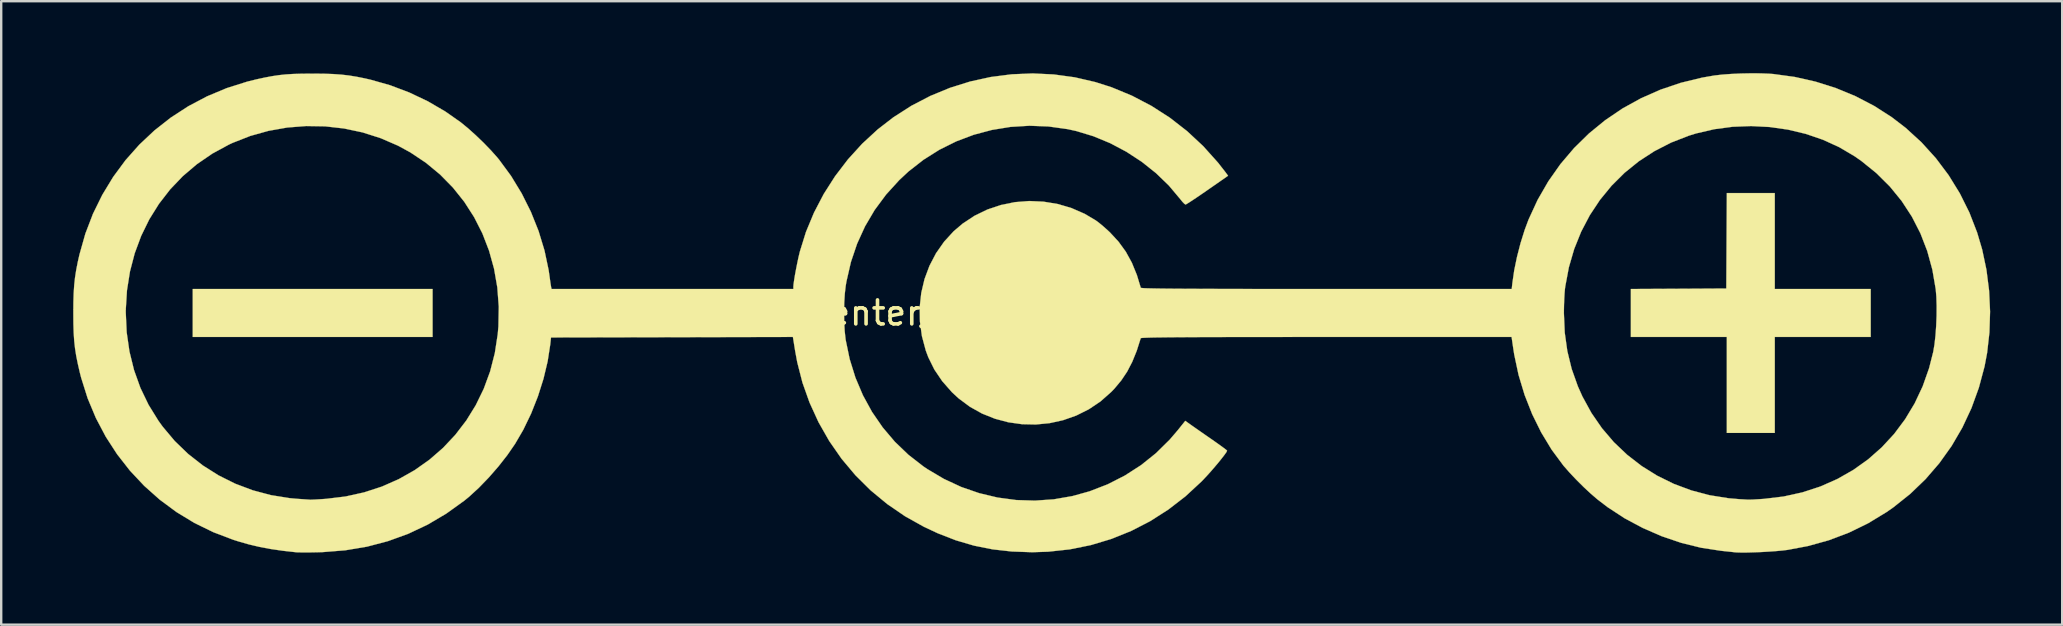
<source format=kicad_pcb>
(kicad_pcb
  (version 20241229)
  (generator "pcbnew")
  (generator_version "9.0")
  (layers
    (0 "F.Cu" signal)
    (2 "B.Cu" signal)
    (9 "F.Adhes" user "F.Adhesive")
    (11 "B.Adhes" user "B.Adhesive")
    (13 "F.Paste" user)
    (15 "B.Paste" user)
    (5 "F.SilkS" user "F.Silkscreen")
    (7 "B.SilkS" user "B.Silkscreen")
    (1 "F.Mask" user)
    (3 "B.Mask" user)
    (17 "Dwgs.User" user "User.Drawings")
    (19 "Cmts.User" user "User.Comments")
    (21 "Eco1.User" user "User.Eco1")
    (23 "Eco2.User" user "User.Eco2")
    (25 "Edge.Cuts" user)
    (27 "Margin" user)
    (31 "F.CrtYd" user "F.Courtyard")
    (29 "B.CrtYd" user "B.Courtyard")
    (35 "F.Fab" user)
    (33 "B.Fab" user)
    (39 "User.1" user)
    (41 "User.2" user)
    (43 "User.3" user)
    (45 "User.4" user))
  (footprint "Polarity_Center_Positive_20mm_SilkScreen"
    (layer "F.Cu")
    (at 39.915 9.99)
    (property "Reference" "Polarity_Center_Positive_20mm_SilkScreen" (at 0 0 0) (layer "F.SilkS") (effects (font (size 1 1) (thickness 0.15))))
    (attr exclude_from_pos_files exclude_from_bom allow_missing_courtyard)
    (fp_poly (pts (xy -24.942 0.999) (xy -34.935 0.999) (xy -34.935 -0.999) (xy -24.942 -0.999) (xy -24.942 0.999)) (stroke (width 0.01) (type solid)) (fill yes) (layer "F.SilkS"))
    (fp_poly (pts (xy 30.98 -0.999) (xy 34.977 -0.999) (xy 34.977 0.999) (xy 30.98 0.999) (xy 30.98 4.997) (xy 28.981 4.997) (xy 28.981 0.999) (xy 24.984 0.999) (xy 24.984 -0.999) (xy 26.972 -1.009) (xy 28.96 -1.02) (xy 28.971 -3.008) (xy 28.982 -4.997) (xy 30.98 -4.997) (xy 30.98 -0.999)) (stroke (width 0.01) (type solid)) (fill yes) (layer "F.SilkS"))
    (fp_poly (pts (xy 30.382 -9.983) (xy 30.744 -9.969) (xy 30.92 -9.956) (xy 31.808 -9.835) (xy 32.68 -9.638) (xy 33.527 -9.37) (xy 34.344 -9.032) (xy 35.121 -8.627) (xy 35.852 -8.159) (xy 36.434 -7.712) (xy 37.094 -7.108) (xy 37.691 -6.449) (xy 38.224 -5.74) (xy 38.69 -4.984) (xy 39.087 -4.187) (xy 39.411 -3.352) (xy 39.621 -2.644) (xy 39.799 -1.8) (xy 39.909 -0.933) (xy 39.95 -0.058) (xy 39.923 0.811) (xy 39.827 1.66) (xy 39.721 2.223) (xy 39.483 3.113) (xy 39.174 3.964) (xy 38.795 4.774) (xy 38.349 5.539) (xy 37.837 6.256) (xy 37.262 6.923) (xy 36.626 7.535) (xy 35.931 8.09) (xy 35.638 8.295) (xy 34.87 8.761) (xy 34.069 9.152) (xy 33.232 9.469) (xy 32.358 9.711) (xy 31.509 9.871) (xy 31.296 9.897) (xy 31.032 9.921) (xy 30.736 9.942) (xy 30.425 9.96) (xy 30.117 9.972) (xy 29.83 9.98) (xy 29.581 9.981) (xy 29.387 9.976) (xy 29.314 9.97) (xy 29.211 9.958) (xy 29.05 9.941) (xy 28.858 9.921) (xy 28.731 9.907) (xy 27.908 9.781) (xy 27.084 9.578) (xy 26.271 9.302) (xy 25.481 8.959) (xy 24.724 8.554) (xy 24.015 8.091) (xy 23.589 7.765) (xy 23.317 7.531) (xy 23.019 7.254) (xy 22.718 6.955) (xy 22.437 6.658) (xy 22.196 6.384) (xy 22.168 6.35) (xy 21.682 5.693) (xy 21.249 4.978) (xy 20.872 4.215) (xy 20.556 3.413) (xy 20.305 2.582) (xy 20.124 1.732) (xy 20.089 1.509) (xy 20.014 0.999) (xy 12.296 0.999) (xy 11.32 0.999) (xy 10.425 1) (xy 9.608 1) (xy 8.864 1.001) (xy 8.192 1.002) (xy 7.588 1.004) (xy 7.049 1.005) (xy 6.572 1.007) (xy 6.155 1.01) (xy 5.793 1.012) (xy 5.485 1.016) (xy 5.227 1.019) (xy 5.016 1.023) (xy 4.849 1.028) (xy 4.724 1.033) (xy 4.636 1.038) (xy 4.584 1.044) (xy 4.563 1.051) (xy 4.563 1.051) (xy 4.395 1.578) (xy 4.209 2.036) (xy 3.998 2.442) (xy 3.752 2.81) (xy 3.464 3.155) (xy 3.333 3.291) (xy 2.885 3.687) (xy 2.397 4.014) (xy 1.876 4.274) (xy 1.33 4.466) (xy 0.767 4.59) (xy 0.193 4.646) (xy -0.382 4.634) (xy -0.953 4.554) (xy -1.51 4.406) (xy -2.047 4.191) (xy -2.556 3.907) (xy -3.029 3.555) (xy -3.303 3.301) (xy -3.707 2.842) (xy -4.034 2.359) (xy -4.289 1.843) (xy -4.393 1.565) (xy -4.554 0.964) (xy -4.637 0.358) (xy -4.642 0.014) (xy 22.194 0.014) (xy 22.229 0.82) (xy 22.337 1.589) (xy 22.518 2.331) (xy 22.775 3.054) (xy 22.964 3.477) (xy 23.34 4.164) (xy 23.779 4.801) (xy 24.277 5.384) (xy 24.831 5.91) (xy 25.435 6.377) (xy 26.085 6.782) (xy 26.776 7.121) (xy 27.505 7.393) (xy 28.267 7.594) (xy 29.058 7.72) (xy 29.522 7.759) (xy 29.672 7.767) (xy 29.804 7.775) (xy 29.855 7.778) (xy 29.935 7.778) (xy 30.078 7.773) (xy 30.266 7.762) (xy 30.481 7.748) (xy 30.529 7.745) (xy 31.346 7.647) (xy 32.131 7.474) (xy 32.879 7.23) (xy 33.587 6.917) (xy 34.252 6.539) (xy 34.87 6.098) (xy 35.438 5.597) (xy 35.953 5.04) (xy 36.41 4.428) (xy 36.808 3.766) (xy 37.142 3.056) (xy 37.409 2.301) (xy 37.581 1.624) (xy 37.634 1.311) (xy 37.676 0.939) (xy 37.705 0.531) (xy 37.722 0.11) (xy 37.724 -0.301) (xy 37.712 -0.679) (xy 37.686 -0.988) (xy 37.546 -1.803) (xy 37.333 -2.581) (xy 37.048 -3.318) (xy 36.692 -4.014) (xy 36.267 -4.665) (xy 35.773 -5.271) (xy 35.213 -5.827) (xy 34.587 -6.333) (xy 34.311 -6.526) (xy 33.674 -6.903) (xy 32.993 -7.215) (xy 32.276 -7.461) (xy 31.531 -7.639) (xy 30.768 -7.748) (xy 29.995 -7.788) (xy 29.221 -7.758) (xy 28.454 -7.656) (xy 27.702 -7.481) (xy 27.399 -7.387) (xy 26.659 -7.099) (xy 25.964 -6.742) (xy 25.317 -6.322) (xy 24.722 -5.841) (xy 24.181 -5.303) (xy 23.697 -4.713) (xy 23.274 -4.075) (xy 22.915 -3.391) (xy 22.623 -2.667) (xy 22.401 -1.905) (xy 22.252 -1.111) (xy 22.237 -1) (xy 22.222 -0.829) (xy 22.209 -0.601) (xy 22.199 -0.341) (xy 22.194 -0.075) (xy 22.194 0.014) (xy -4.642 0.014) (xy -4.646 -0.245) (xy -4.581 -0.838) (xy -4.445 -1.414) (xy -4.239 -1.966) (xy -3.967 -2.487) (xy -3.63 -2.969) (xy -3.231 -3.405) (xy -2.86 -3.721) (xy -2.36 -4.051) (xy -1.824 -4.311) (xy -1.26 -4.5) (xy -0.678 -4.618) (xy -0.084 -4.664) (xy 0.511 -4.638) (xy 1.101 -4.541) (xy 1.676 -4.372) (xy 2.228 -4.131) (xy 2.686 -3.86) (xy 2.823 -3.758) (xy 2.993 -3.617) (xy 3.171 -3.46) (xy 3.279 -3.359) (xy 3.639 -2.969) (xy 3.942 -2.552) (xy 4.194 -2.093) (xy 4.403 -1.581) (xy 4.564 -1.051) (xy 4.581 -1.045) (xy 4.629 -1.039) (xy 4.712 -1.033) (xy 4.833 -1.028) (xy 4.994 -1.024) (xy 5.2 -1.02) (xy 5.452 -1.016) (xy 5.754 -1.013) (xy 6.108 -1.01) (xy 6.519 -1.008) (xy 6.988 -1.006) (xy 7.519 -1.004) (xy 8.115 -1.002) (xy 8.779 -1.001) (xy 9.513 -1) (xy 10.322 -1) (xy 11.207 -0.999) (xy 12.172 -0.999) (xy 12.299 -0.999) (xy 20.02 -0.999) (xy 20.049 -1.26) (xy 20.125 -1.782) (xy 20.241 -2.342) (xy 20.388 -2.911) (xy 20.559 -3.458) (xy 20.72 -3.889) (xy 21.098 -4.71) (xy 21.543 -5.482) (xy 22.05 -6.203) (xy 22.617 -6.87) (xy 23.239 -7.48) (xy 23.913 -8.031) (xy 24.636 -8.521) (xy 25.405 -8.945) (xy 26.216 -9.303) (xy 27.065 -9.59) (xy 27.949 -9.805) (xy 28.455 -9.893) (xy 28.774 -9.93) (xy 29.151 -9.958) (xy 29.561 -9.977) (xy 29.98 -9.985) (xy 30.382 -9.983)) (stroke (width 0.01) (type solid)) (fill yes) (layer "F.SilkS"))
    (fp_poly (pts (xy 0.941 -9.938) (xy 1.813 -9.819) (xy 2.673 -9.62) (xy 3.352 -9.403) (xy 4.199 -9.052) (xy 5.008 -8.629) (xy 5.775 -8.136) (xy 6.494 -7.577) (xy 7.164 -6.953) (xy 7.778 -6.269) (xy 8.092 -5.868) (xy 8.202 -5.718) (xy 7.34 -5.118) (xy 7.102 -4.954) (xy 6.886 -4.807) (xy 6.701 -4.684) (xy 6.556 -4.59) (xy 6.462 -4.533) (xy 6.429 -4.518) (xy 6.381 -4.549) (xy 6.302 -4.63) (xy 6.211 -4.743) (xy 5.738 -5.306) (xy 5.2 -5.826) (xy 4.606 -6.299) (xy 3.968 -6.716) (xy 3.294 -7.073) (xy 2.595 -7.363) (xy 1.88 -7.58) (xy 1.516 -7.66) (xy 0.719 -7.771) (xy -0.076 -7.801) (xy -0.863 -7.753) (xy -1.637 -7.627) (xy -2.392 -7.426) (xy -3.122 -7.151) (xy -3.821 -6.804) (xy -4.485 -6.386) (xy -5.107 -5.901) (xy -5.497 -5.538) (xy -6.046 -4.935) (xy -6.522 -4.293) (xy -6.924 -3.61) (xy -7.254 -2.887) (xy -7.512 -2.124) (xy -7.697 -1.319) (xy -7.73 -1.124) (xy -7.767 -0.803) (xy -7.79 -0.428) (xy -7.798 -0.024) (xy -7.792 0.38) (xy -7.771 0.76) (xy -7.735 1.087) (xy -7.731 1.119) (xy -7.564 1.922) (xy -7.324 2.693) (xy -7.013 3.427) (xy -6.634 4.12) (xy -6.189 4.767) (xy -5.682 5.365) (xy -5.115 5.909) (xy -4.49 6.395) (xy -4.33 6.503) (xy -3.636 6.914) (xy -2.913 7.25) (xy -2.166 7.508) (xy -1.402 7.69) (xy -0.626 7.794) (xy 0.156 7.818) (xy 0.939 7.764) (xy 1.717 7.629) (xy 2.433 7.43) (xy 3.187 7.138) (xy 3.902 6.773) (xy 4.574 6.341) (xy 5.197 5.842) (xy 5.767 5.281) (xy 6.109 4.881) (xy 6.419 4.494) (xy 6.613 4.633) (xy 6.709 4.701) (xy 6.859 4.806) (xy 7.048 4.938) (xy 7.262 5.087) (xy 7.485 5.241) (xy 7.692 5.386) (xy 7.873 5.515) (xy 8.019 5.622) (xy 8.118 5.697) (xy 8.16 5.734) (xy 8.161 5.736) (xy 8.135 5.793) (xy 8.061 5.899) (xy 7.95 6.044) (xy 7.811 6.217) (xy 7.653 6.405) (xy 7.486 6.599) (xy 7.318 6.785) (xy 7.16 6.954) (xy 7.101 7.015) (xy 6.426 7.64) (xy 5.709 8.193) (xy 4.954 8.675) (xy 4.163 9.082) (xy 3.34 9.414) (xy 2.488 9.67) (xy 1.609 9.848) (xy 0.709 9.946) (xy 0.042 9.968) (xy -0.807 9.938) (xy -1.61 9.848) (xy -2.382 9.694) (xy -3.138 9.472) (xy -3.892 9.179) (xy -4.466 8.911) (xy -5.256 8.47) (xy -5.998 7.962) (xy -6.689 7.391) (xy -7.325 6.76) (xy -7.901 6.074) (xy -8.415 5.335) (xy -8.862 4.55) (xy -9.236 3.732) (xy -9.531 2.902) (xy -9.749 2.05) (xy -9.836 1.58) (xy -9.929 0.999) (xy -14.969 1.01) (xy -20.008 1.02) (xy -20.039 1.312) (xy -20.148 2.017) (xy -20.322 2.745) (xy -20.554 3.476) (xy -20.836 4.189) (xy -21.162 4.865) (xy -21.506 5.455) (xy -21.829 5.923) (xy -22.2 6.396) (xy -22.6 6.855) (xy -23.014 7.283) (xy -23.425 7.66) (xy -23.622 7.821) (xy -24.368 8.357) (xy -25.146 8.817) (xy -25.957 9.2) (xy -26.8 9.506) (xy -27.674 9.736) (xy -28.58 9.888) (xy -29.518 9.963) (xy -29.71 9.969) (xy -29.964 9.974) (xy -30.201 9.976) (xy -30.404 9.975) (xy -30.554 9.973) (xy -30.626 9.969) (xy -31.19 9.906) (xy -31.693 9.833) (xy -32.153 9.746) (xy -32.594 9.642) (xy -33.035 9.516) (xy -33.249 9.448) (xy -34.078 9.133) (xy -34.867 8.747) (xy -35.613 8.294) (xy -36.311 7.777) (xy -36.958 7.201) (xy -37.551 6.569) (xy -38.086 5.885) (xy -38.56 5.153) (xy -38.97 4.376) (xy -39.312 3.559) (xy -39.582 2.704) (xy -39.637 2.49) (xy -39.722 2.121) (xy -39.789 1.791) (xy -39.838 1.478) (xy -39.873 1.162) (xy -39.895 0.824) (xy -39.907 0.444) (xy -39.91 0) (xy -39.91 -0.021) (xy -37.725 -0.021) (xy -37.687 0.806) (xy -37.571 1.608) (xy -37.38 2.381) (xy -37.115 3.121) (xy -36.776 3.825) (xy -36.365 4.49) (xy -36.19 4.733) (xy -35.686 5.333) (xy -35.126 5.873) (xy -34.515 6.352) (xy -33.859 6.766) (xy -33.164 7.113) (xy -32.434 7.388) (xy -31.676 7.59) (xy -30.895 7.715) (xy -30.584 7.743) (xy -30.389 7.756) (xy -30.219 7.768) (xy -30.095 7.776) (xy -30.043 7.78) (xy -29.972 7.779) (xy -29.836 7.773) (xy -29.653 7.762) (xy -29.44 7.748) (xy -29.379 7.744) (xy -28.569 7.646) (xy -27.792 7.474) (xy -27.05 7.232) (xy -26.347 6.921) (xy -25.687 6.548) (xy -25.072 6.113) (xy -24.507 5.622) (xy -23.995 5.077) (xy -23.539 4.483) (xy -23.143 3.842) (xy -22.81 3.158) (xy -22.544 2.434) (xy -22.349 1.674) (xy -22.227 0.881) (xy -22.199 0.562) (xy -22.184 -0.263) (xy -22.245 -1.067) (xy -22.381 -1.846) (xy -22.589 -2.596) (xy -22.866 -3.313) (xy -23.211 -3.993) (xy -23.621 -4.632) (xy -24.095 -5.225) (xy -24.629 -5.769) (xy -25.221 -6.259) (xy -25.869 -6.691) (xy -26.379 -6.969) (xy -27.104 -7.283) (xy -27.857 -7.523) (xy -28.631 -7.687) (xy -29.417 -7.776) (xy -30.209 -7.789) (xy -30.998 -7.727) (xy -31.777 -7.589) (xy -32.539 -7.376) (xy -33.275 -7.087) (xy -33.427 -7.016) (xy -34.121 -6.639) (xy -34.762 -6.199) (xy -35.348 -5.701) (xy -35.875 -5.15) (xy -36.341 -4.549) (xy -36.745 -3.902) (xy -37.082 -3.214) (xy -37.352 -2.488) (xy -37.55 -1.73) (xy -37.675 -0.942) (xy -37.725 -0.13) (xy -37.725 -0.021) (xy -39.91 -0.021) (xy -39.907 -0.443) (xy -39.895 -0.824) (xy -39.873 -1.162) (xy -39.839 -1.477) (xy -39.79 -1.791) (xy -39.725 -2.123) (xy -39.654 -2.436) (xy -39.409 -3.303) (xy -39.091 -4.133) (xy -38.703 -4.922) (xy -38.25 -5.668) (xy -37.735 -6.366) (xy -37.16 -7.013) (xy -36.53 -7.605) (xy -35.848 -8.141) (xy -35.117 -8.615) (xy -34.341 -9.025) (xy -33.524 -9.367) (xy -32.667 -9.638) (xy -32.27 -9.736) (xy -31.928 -9.81) (xy -31.626 -9.867) (xy -31.342 -9.909) (xy -31.059 -9.939) (xy -30.756 -9.958) (xy -30.413 -9.968) (xy -30.011 -9.972) (xy -29.918 -9.972) (xy -29.472 -9.968) (xy -29.088 -9.955) (xy -28.746 -9.931) (xy -28.424 -9.894) (xy -28.103 -9.842) (xy -27.761 -9.773) (xy -27.526 -9.719) (xy -26.713 -9.489) (xy -25.912 -9.186) (xy -25.139 -8.819) (xy -24.407 -8.392) (xy -23.77 -7.945) (xy -23.467 -7.697) (xy -23.141 -7.404) (xy -22.813 -7.089) (xy -22.506 -6.771) (xy -22.24 -6.472) (xy -22.174 -6.392) (xy -21.673 -5.711) (xy -21.229 -4.981) (xy -20.845 -4.212) (xy -20.526 -3.415) (xy -20.279 -2.604) (xy -20.107 -1.789) (xy -20.071 -1.541) (xy -20.047 -1.366) (xy -20.025 -1.214) (xy -20.008 -1.111) (xy -20.005 -1.093) (xy -19.985 -0.999) (xy -9.91 -0.999) (xy -9.91 -1.098) (xy -9.901 -1.206) (xy -9.877 -1.376) (xy -9.842 -1.59) (xy -9.797 -1.83) (xy -9.748 -2.077) (xy -9.698 -2.313) (xy -9.649 -2.519) (xy -9.64 -2.556) (xy -9.384 -3.379) (xy -9.05 -4.181) (xy -8.645 -4.957) (xy -8.171 -5.699) (xy -7.636 -6.399) (xy -7.043 -7.051) (xy -6.397 -7.647) (xy -5.744 -8.152) (xy -4.991 -8.634) (xy -4.202 -9.044) (xy -3.384 -9.381) (xy -2.543 -9.644) (xy -1.684 -9.832) (xy -0.813 -9.944) (xy 0.064 -9.98) (xy 0.941 -9.938)) (stroke (width 0.01) (type solid)) (fill yes) (layer "F.SilkS")))
  (gr_rect
    (start -3 -3)
    (end 82.87 22.977)
    (stroke (width 0.1) (type default))
    (fill no)
    (layer "Edge.Cuts")))
</source>
